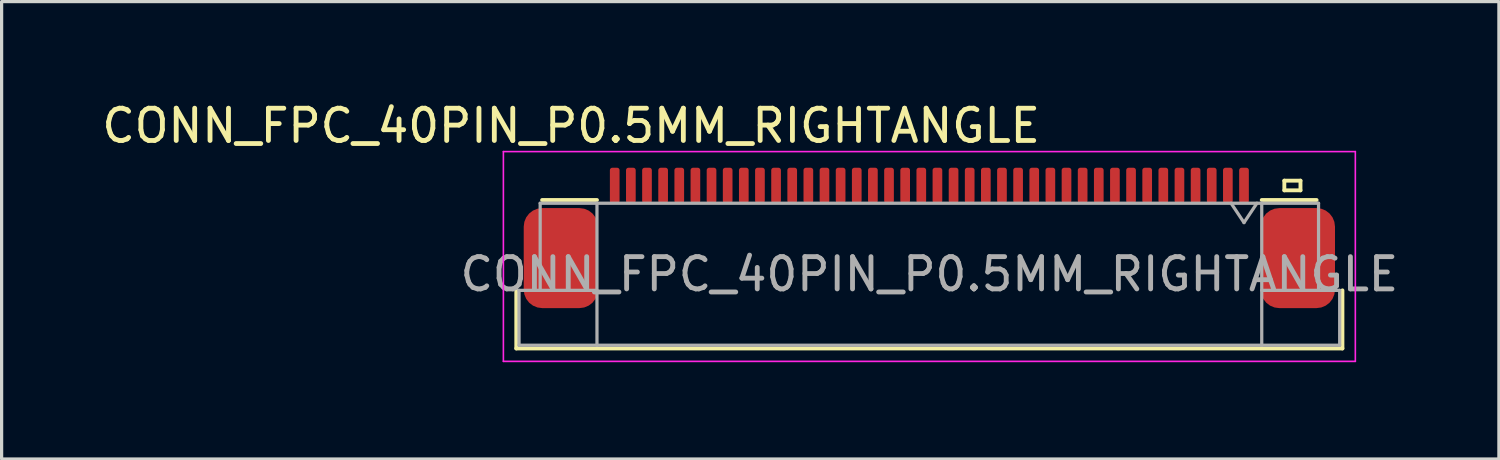
<source format=kicad_pcb>
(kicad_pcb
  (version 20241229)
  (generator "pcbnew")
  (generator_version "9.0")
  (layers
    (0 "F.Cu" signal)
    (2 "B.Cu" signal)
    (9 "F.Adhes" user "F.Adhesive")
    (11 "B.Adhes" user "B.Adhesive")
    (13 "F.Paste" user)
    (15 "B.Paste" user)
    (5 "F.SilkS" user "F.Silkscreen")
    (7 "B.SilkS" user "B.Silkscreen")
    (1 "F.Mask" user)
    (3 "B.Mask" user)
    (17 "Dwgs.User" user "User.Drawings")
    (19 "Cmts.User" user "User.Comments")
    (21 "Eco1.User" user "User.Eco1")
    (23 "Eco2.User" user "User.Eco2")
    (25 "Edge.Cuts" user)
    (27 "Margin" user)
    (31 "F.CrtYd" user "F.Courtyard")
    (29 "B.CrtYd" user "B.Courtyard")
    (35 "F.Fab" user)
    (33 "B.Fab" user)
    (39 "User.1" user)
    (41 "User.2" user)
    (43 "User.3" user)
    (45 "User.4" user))
  (footprint "CONN_FPC_40PIN_P0.5MM_RIGHTANGLE"
    (layer "F.Cu")
    (at 25.749 5.448)
    (property "Reference" "CONN_FPC_40PIN_P0.5MM_RIGHTANGLE" (at -11.1 -4.6 0) (layer "F.SilkS") (effects (font (size 1 1) (thickness 0.15))))
    (attr smd)
    (fp_line (start -12.8 2.3) (end -12.8 0.5) (stroke (width 0.12) (type solid)) (layer "F.SilkS"))
    (fp_line (start -12 -2.3) (end -10.3 -2.3) (stroke (width 0.12) (type solid)) (layer "F.SilkS"))
    (fp_line (start 10.3 -2.3) (end 12 -2.3) (stroke (width 0.12) (type solid)) (layer "F.SilkS"))
    (fp_line (start 11 -2.9) (end 11 -2.6) (stroke (width 0.12) (type solid)) (layer "F.SilkS"))
    (fp_line (start 11 -2.6) (end 11.5 -2.6) (stroke (width 0.12) (type solid)) (layer "F.SilkS"))
    (fp_line (start 11.5 -2.9) (end 11 -2.9) (stroke (width 0.12) (type solid)) (layer "F.SilkS"))
    (fp_line (start 11.5 -2.6) (end 11.5 -2.9) (stroke (width 0.12) (type solid)) (layer "F.SilkS"))
    (fp_line (start 12.8 2.3) (end -12.8 2.3) (stroke (width 0.12) (type solid)) (layer "F.SilkS"))
    (fp_line (start 12.8 2.3) (end 12.8 0.5) (stroke (width 0.12) (type solid)) (layer "F.SilkS"))
    (fp_line (start -13.2 -3.8) (end -13.2 2.7) (stroke (width 0.05) (type solid)) (layer "F.CrtYd"))
    (fp_line (start -13.2 -3.8) (end 13.2 -3.8) (stroke (width 0.05) (type solid)) (layer "F.CrtYd"))
    (fp_line (start -13.2 2.7) (end 13.2 2.7) (stroke (width 0.05) (type solid)) (layer "F.CrtYd"))
    (fp_line (start 13.2 -3.8) (end 13.2 2.7) (stroke (width 0.05) (type solid)) (layer "F.CrtYd"))
    (fp_line (start -12.715 0.5) (end -10.3 0.5) (stroke (width 0.1) (type solid)) (layer "F.Fab"))
    (fp_line (start -12.715 2.2) (end -12.715 0.5) (stroke (width 0.1) (type solid)) (layer "F.Fab"))
    (fp_line (start -12.715 2.2) (end -10.3 2.2) (stroke (width 0.1) (type solid)) (layer "F.Fab"))
    (fp_line (start -12.06 -2.2) (end -12.06 0.5) (stroke (width 0.1) (type solid)) (layer "F.Fab"))
    (fp_line (start -10.3 -2.2) (end -12.06 -2.2) (stroke (width 0.1) (type solid)) (layer "F.Fab"))
    (fp_line (start -10.3 -2.2) (end 10.3 -2.2) (stroke (width 0.1) (type solid)) (layer "F.Fab"))
    (fp_line (start -10.3 2.2) (end -10.3 -2.2) (stroke (width 0.1) (type solid)) (layer "F.Fab"))
    (fp_line (start -10.3 2.2) (end 10.3 2.2) (stroke (width 0.1) (type solid)) (layer "F.Fab"))
    (fp_line (start 9.75 -1.6) (end 9.35 -2.2) (stroke (width 0.1) (type solid)) (layer "F.Fab"))
    (fp_line (start 9.75 -1.6) (end 10.15 -2.2) (stroke (width 0.1) (type solid)) (layer "F.Fab"))
    (fp_line (start 10.3 0.5) (end 12.715 0.5) (stroke (width 0.1) (type solid)) (layer "F.Fab"))
    (fp_line (start 10.3 2.2) (end 10.3 -2.2) (stroke (width 0.1) (type solid)) (layer "F.Fab"))
    (fp_line (start 10.3 2.2) (end 12.715 2.2) (stroke (width 0.1) (type solid)) (layer "F.Fab"))
    (fp_line (start 12.06 -2.2) (end 10.3 -2.2) (stroke (width 0.1) (type solid)) (layer "F.Fab"))
    (fp_line (start 12.06 -2.2) (end 12.06 0.5) (stroke (width 0.1) (type solid)) (layer "F.Fab"))
    (fp_line (start 12.715 2.2) (end 12.715 0.5) (stroke (width 0.1) (type solid)) (layer "F.Fab"))
    (fp_text user "${REFERENCE}" (at 0 0 0) (layer "F.Fab") (effects (font (size 1 1) (thickness 0.15))))
    (pad "0" connect roundrect (at -11.42 -0.5) (size 2.3 3.1) (layers "F.Cu" "F.Mask") (roundrect_rratio 0.25))
    (pad "0" connect roundrect (at 11.42 -0.5) (size 2.3 3.1) (layers "F.Cu" "F.Mask") (roundrect_rratio 0.25))
    (pad "1" smd roundrect (at 9.75 -2.75) (size 0.3 1.1) (layers "F.Cu" "F.Mask" "F.Paste") (roundrect_rratio 0.25))
    (pad "2" smd roundrect (at 9.25 -2.75) (size 0.3 1.1) (layers "F.Cu" "F.Mask" "F.Paste") (roundrect_rratio 0.25))
    (pad "3" smd roundrect (at 8.75 -2.75) (size 0.3 1.1) (layers "F.Cu" "F.Mask" "F.Paste") (roundrect_rratio 0.25))
    (pad "4" smd roundrect (at 8.25 -2.75) (size 0.3 1.1) (layers "F.Cu" "F.Mask" "F.Paste") (roundrect_rratio 0.25))
    (pad "5" smd roundrect (at 7.75 -2.75) (size 0.3 1.1) (layers "F.Cu" "F.Mask" "F.Paste") (roundrect_rratio 0.25))
    (pad "6" smd roundrect (at 7.25 -2.75) (size 0.3 1.1) (layers "F.Cu" "F.Mask" "F.Paste") (roundrect_rratio 0.25))
    (pad "7" smd roundrect (at 6.75 -2.75) (size 0.3 1.1) (layers "F.Cu" "F.Mask" "F.Paste") (roundrect_rratio 0.25))
    (pad "8" smd roundrect (at 6.25 -2.75) (size 0.3 1.1) (layers "F.Cu" "F.Mask" "F.Paste") (roundrect_rratio 0.25))
    (pad "9" smd roundrect (at 5.75 -2.75) (size 0.3 1.1) (layers "F.Cu" "F.Mask" "F.Paste") (roundrect_rratio 0.25))
    (pad "10" smd roundrect (at 5.25 -2.75) (size 0.3 1.1) (layers "F.Cu" "F.Mask" "F.Paste") (roundrect_rratio 0.25))
    (pad "11" smd roundrect (at 4.75 -2.75) (size 0.3 1.1) (layers "F.Cu" "F.Mask" "F.Paste") (roundrect_rratio 0.25))
    (pad "12" smd roundrect (at 4.25 -2.75) (size 0.3 1.1) (layers "F.Cu" "F.Mask" "F.Paste") (roundrect_rratio 0.25))
    (pad "13" smd roundrect (at 3.75 -2.75) (size 0.3 1.1) (layers "F.Cu" "F.Mask" "F.Paste") (roundrect_rratio 0.25))
    (pad "14" smd roundrect (at 3.25 -2.75) (size 0.3 1.1) (layers "F.Cu" "F.Mask" "F.Paste") (roundrect_rratio 0.25))
    (pad "15" smd roundrect (at 2.75 -2.75) (size 0.3 1.1) (layers "F.Cu" "F.Mask" "F.Paste") (roundrect_rratio 0.25))
    (pad "16" smd roundrect (at 2.25 -2.75) (size 0.3 1.1) (layers "F.Cu" "F.Mask" "F.Paste") (roundrect_rratio 0.25))
    (pad "17" smd roundrect (at 1.75 -2.75) (size 0.3 1.1) (layers "F.Cu" "F.Mask" "F.Paste") (roundrect_rratio 0.25))
    (pad "18" smd roundrect (at 1.25 -2.75) (size 0.3 1.1) (layers "F.Cu" "F.Mask" "F.Paste") (roundrect_rratio 0.25))
    (pad "19" smd roundrect (at 0.75 -2.75) (size 0.3 1.1) (layers "F.Cu" "F.Mask" "F.Paste") (roundrect_rratio 0.25))
    (pad "20" smd roundrect (at 0.25 -2.75) (size 0.3 1.1) (layers "F.Cu" "F.Mask" "F.Paste") (roundrect_rratio 0.25))
    (pad "21" smd roundrect (at -0.25 -2.75) (size 0.3 1.1) (layers "F.Cu" "F.Mask" "F.Paste") (roundrect_rratio 0.25))
    (pad "22" smd roundrect (at -0.75 -2.75) (size 0.3 1.1) (layers "F.Cu" "F.Mask" "F.Paste") (roundrect_rratio 0.25))
    (pad "23" smd roundrect (at -1.25 -2.75) (size 0.3 1.1) (layers "F.Cu" "F.Mask" "F.Paste") (roundrect_rratio 0.25))
    (pad "24" smd roundrect (at -1.75 -2.75) (size 0.3 1.1) (layers "F.Cu" "F.Mask" "F.Paste") (roundrect_rratio 0.25))
    (pad "25" smd roundrect (at -2.25 -2.75) (size 0.3 1.1) (layers "F.Cu" "F.Mask" "F.Paste") (roundrect_rratio 0.25))
    (pad "26" smd roundrect (at -2.75 -2.75) (size 0.3 1.1) (layers "F.Cu" "F.Mask" "F.Paste") (roundrect_rratio 0.25))
    (pad "27" smd roundrect (at -3.25 -2.75) (size 0.3 1.1) (layers "F.Cu" "F.Mask" "F.Paste") (roundrect_rratio 0.25))
    (pad "28" smd roundrect (at -3.75 -2.75) (size 0.3 1.1) (layers "F.Cu" "F.Mask" "F.Paste") (roundrect_rratio 0.25))
    (pad "29" smd roundrect (at -4.25 -2.75) (size 0.3 1.1) (layers "F.Cu" "F.Mask" "F.Paste") (roundrect_rratio 0.25))
    (pad "30" smd roundrect (at -4.75 -2.75) (size 0.3 1.1) (layers "F.Cu" "F.Mask" "F.Paste") (roundrect_rratio 0.25))
    (pad "31" smd roundrect (at -5.25 -2.75) (size 0.3 1.1) (layers "F.Cu" "F.Mask" "F.Paste") (roundrect_rratio 0.25))
    (pad "32" smd roundrect (at -5.75 -2.75) (size 0.3 1.1) (layers "F.Cu" "F.Mask" "F.Paste") (roundrect_rratio 0.25))
    (pad "33" smd roundrect (at -6.25 -2.75) (size 0.3 1.1) (layers "F.Cu" "F.Mask" "F.Paste") (roundrect_rratio 0.25))
    (pad "34" smd roundrect (at -6.75 -2.75) (size 0.3 1.1) (layers "F.Cu" "F.Mask" "F.Paste") (roundrect_rratio 0.25))
    (pad "35" smd roundrect (at -7.25 -2.75) (size 0.3 1.1) (layers "F.Cu" "F.Mask" "F.Paste") (roundrect_rratio 0.25))
    (pad "36" smd roundrect (at -7.75 -2.75) (size 0.3 1.1) (layers "F.Cu" "F.Mask" "F.Paste") (roundrect_rratio 0.25))
    (pad "37" smd roundrect (at -8.25 -2.75) (size 0.3 1.1) (layers "F.Cu" "F.Mask" "F.Paste") (roundrect_rratio 0.25))
    (pad "38" smd roundrect (at -8.75 -2.75) (size 0.3 1.1) (layers "F.Cu" "F.Mask" "F.Paste") (roundrect_rratio 0.25))
    (pad "39" smd roundrect (at -9.25 -2.75) (size 0.3 1.1) (layers "F.Cu" "F.Mask" "F.Paste") (roundrect_rratio 0.25))
    (pad "40" smd roundrect (at -9.75 -2.75) (size 0.3 1.1) (layers "F.Cu" "F.Mask" "F.Paste") (roundrect_rratio 0.25)))
  (gr_rect
    (start -3 -3)
    (end 43.398 11.173)
    (stroke (width 0.1) (type default))
    (fill no)
    (layer "Edge.Cuts")))
</source>
